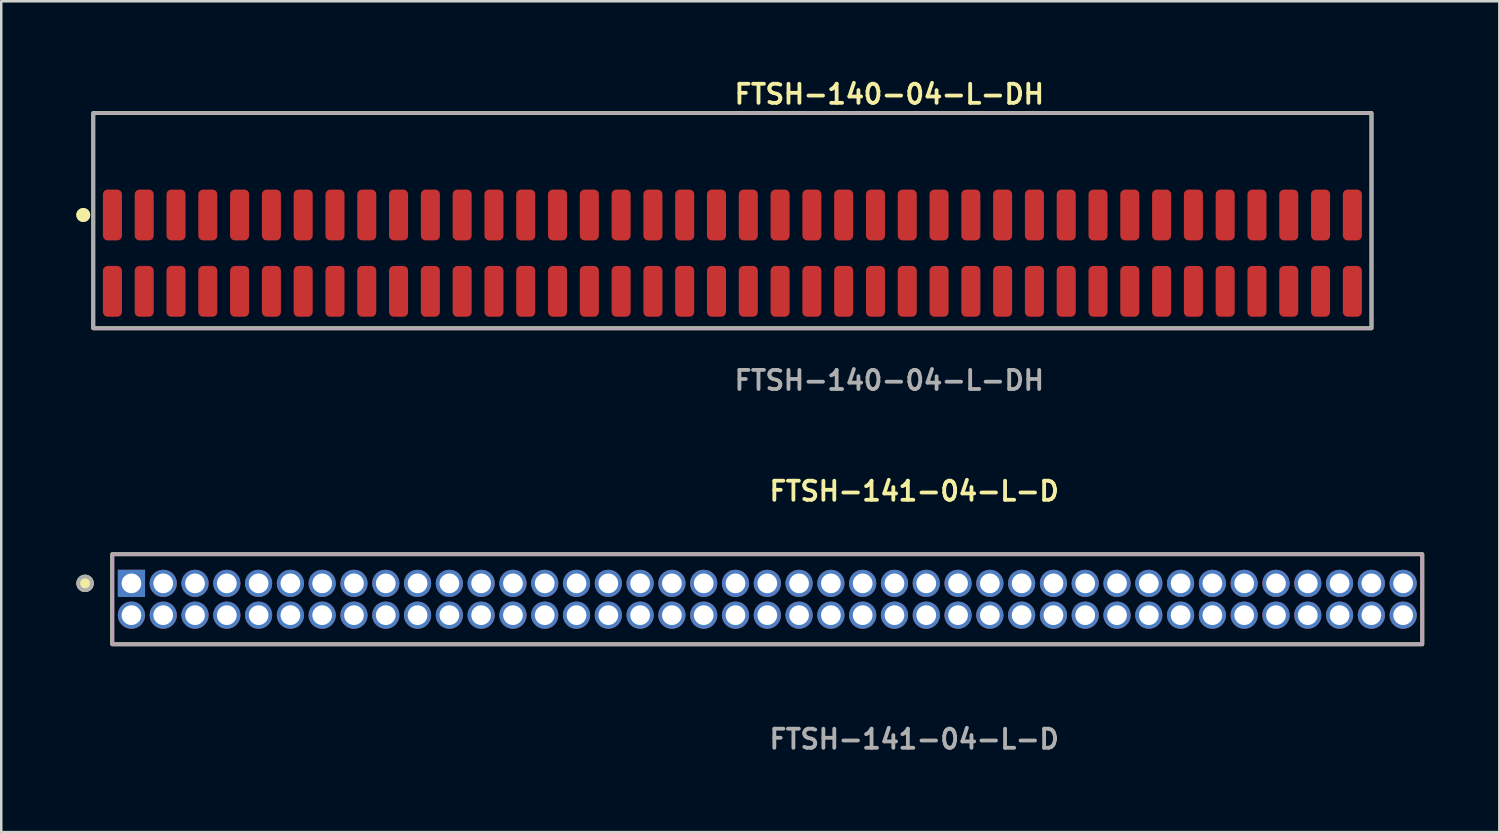
<source format=kicad_pcb>
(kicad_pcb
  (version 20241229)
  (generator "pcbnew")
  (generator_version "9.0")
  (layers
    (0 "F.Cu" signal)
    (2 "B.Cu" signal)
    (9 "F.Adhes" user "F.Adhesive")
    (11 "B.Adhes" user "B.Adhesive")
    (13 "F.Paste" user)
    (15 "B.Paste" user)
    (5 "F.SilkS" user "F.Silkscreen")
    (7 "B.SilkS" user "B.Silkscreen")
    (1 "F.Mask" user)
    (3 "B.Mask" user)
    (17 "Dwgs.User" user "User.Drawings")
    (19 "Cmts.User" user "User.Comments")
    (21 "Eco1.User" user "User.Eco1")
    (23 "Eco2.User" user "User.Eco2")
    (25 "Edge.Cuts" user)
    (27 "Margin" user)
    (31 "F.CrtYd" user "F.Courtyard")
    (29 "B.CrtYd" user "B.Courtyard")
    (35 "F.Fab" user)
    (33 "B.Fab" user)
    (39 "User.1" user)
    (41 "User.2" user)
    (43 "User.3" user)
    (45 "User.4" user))
  (footprint "FTSH-140-04-L-DH"
    (layer "F.Cu")
    (at 26.206 7.063)
    (property "Reference" "FTSH-140-04-L-DH" (at 0 -6.35 0) (unlocked yes) (layer "F.SilkS") (effects (font (size 0.762 0.762) (thickness 0.152)) (justify left)))
    (fp_rect (start -25.53 3) (end 25.53 -5.6) (stroke (width 0.152) (type solid)) (fill no) (layer "F.SilkS"))
    (fp_circle (center -25.93 -1.525) (end -26.13 -1.525) (stroke (width 0.152) (type solid)) (fill yes) (layer "F.SilkS"))
    (fp_circle (center -25.93 -1.525) (end -26.13 -1.525) (stroke (width 0.152) (type solid)) (fill yes) (layer "F.SilkS"))
    (fp_rect (start -25.53 3) (end 25.53 -5.6) (stroke (width 0.006) (type solid)) (fill no) (layer "F.CrtYd"))
    (fp_rect (start -25.53 3) (end 25.53 -5.6) (stroke (width 0.152) (type solid)) (fill no) (layer "F.Fab"))
    (fp_text user "${REFERENCE}" (at 0 5.08 0) (unlocked yes) (layer "F.Fab") (effects (font (size 0.762 0.762) (thickness 0.152)) (justify left)))
    (pad "1" smd roundrect (at -24.765 -1.525) (size 0.76 2.03) (layers "F.Cu" "F.Paste") (roundrect_rratio 0.25))
    (pad "2" smd roundrect (at -24.765 1.525) (size 0.76 2.03) (layers "F.Cu" "F.Paste") (roundrect_rratio 0.25))
    (pad "3" smd roundrect (at -23.495 -1.525) (size 0.76 2.03) (layers "F.Cu" "F.Paste") (roundrect_rratio 0.25))
    (pad "4" smd roundrect (at -23.495 1.525) (size 0.76 2.03) (layers "F.Cu" "F.Paste") (roundrect_rratio 0.25))
    (pad "5" smd roundrect (at -22.225 -1.525) (size 0.76 2.03) (layers "F.Cu" "F.Paste") (roundrect_rratio 0.25))
    (pad "6" smd roundrect (at -22.225 1.525) (size 0.76 2.03) (layers "F.Cu" "F.Paste") (roundrect_rratio 0.25))
    (pad "7" smd roundrect (at -20.955 -1.525) (size 0.76 2.03) (layers "F.Cu" "F.Paste") (roundrect_rratio 0.25))
    (pad "8" smd roundrect (at -20.955 1.525) (size 0.76 2.03) (layers "F.Cu" "F.Paste") (roundrect_rratio 0.25))
    (pad "9" smd roundrect (at -19.685 -1.525) (size 0.76 2.03) (layers "F.Cu" "F.Paste") (roundrect_rratio 0.25))
    (pad "10" smd roundrect (at -19.685 1.525) (size 0.76 2.03) (layers "F.Cu" "F.Paste") (roundrect_rratio 0.25))
    (pad "11" smd roundrect (at -18.415 -1.525) (size 0.76 2.03) (layers "F.Cu" "F.Paste") (roundrect_rratio 0.25))
    (pad "12" smd roundrect (at -18.415 1.525) (size 0.76 2.03) (layers "F.Cu" "F.Paste") (roundrect_rratio 0.25))
    (pad "13" smd roundrect (at -17.145 -1.525) (size 0.76 2.03) (layers "F.Cu" "F.Paste") (roundrect_rratio 0.25))
    (pad "14" smd roundrect (at -17.145 1.525) (size 0.76 2.03) (layers "F.Cu" "F.Paste") (roundrect_rratio 0.25))
    (pad "15" smd roundrect (at -15.875 -1.525) (size 0.76 2.03) (layers "F.Cu" "F.Paste") (roundrect_rratio 0.25))
    (pad "16" smd roundrect (at -15.875 1.525) (size 0.76 2.03) (layers "F.Cu" "F.Paste") (roundrect_rratio 0.25))
    (pad "17" smd roundrect (at -14.605 -1.525) (size 0.76 2.03) (layers "F.Cu" "F.Paste") (roundrect_rratio 0.25))
    (pad "18" smd roundrect (at -14.605 1.525) (size 0.76 2.03) (layers "F.Cu" "F.Paste") (roundrect_rratio 0.25))
    (pad "19" smd roundrect (at -13.335 -1.525) (size 0.76 2.03) (layers "F.Cu" "F.Paste") (roundrect_rratio 0.25))
    (pad "20" smd roundrect (at -13.335 1.525) (size 0.76 2.03) (layers "F.Cu" "F.Paste") (roundrect_rratio 0.25))
    (pad "21" smd roundrect (at -12.065 -1.525) (size 0.76 2.03) (layers "F.Cu" "F.Paste") (roundrect_rratio 0.25))
    (pad "22" smd roundrect (at -12.065 1.525) (size 0.76 2.03) (layers "F.Cu" "F.Paste") (roundrect_rratio 0.25))
    (pad "23" smd roundrect (at -10.795 -1.525) (size 0.76 2.03) (layers "F.Cu" "F.Paste") (roundrect_rratio 0.25))
    (pad "24" smd roundrect (at -10.795 1.525) (size 0.76 2.03) (layers "F.Cu" "F.Paste") (roundrect_rratio 0.25))
    (pad "25" smd roundrect (at -9.525 -1.525) (size 0.76 2.03) (layers "F.Cu" "F.Paste") (roundrect_rratio 0.25))
    (pad "26" smd roundrect (at -9.525 1.525) (size 0.76 2.03) (layers "F.Cu" "F.Paste") (roundrect_rratio 0.25))
    (pad "27" smd roundrect (at -8.255 -1.525) (size 0.76 2.03) (layers "F.Cu" "F.Paste") (roundrect_rratio 0.25))
    (pad "28" smd roundrect (at -8.255 1.525) (size 0.76 2.03) (layers "F.Cu" "F.Paste") (roundrect_rratio 0.25))
    (pad "29" smd roundrect (at -6.985 -1.525) (size 0.76 2.03) (layers "F.Cu" "F.Paste") (roundrect_rratio 0.25))
    (pad "30" smd roundrect (at -6.985 1.525) (size 0.76 2.03) (layers "F.Cu" "F.Paste") (roundrect_rratio 0.25))
    (pad "31" smd roundrect (at -5.715 -1.525) (size 0.76 2.03) (layers "F.Cu" "F.Paste") (roundrect_rratio 0.25))
    (pad "32" smd roundrect (at -5.715 1.525) (size 0.76 2.03) (layers "F.Cu" "F.Paste") (roundrect_rratio 0.25))
    (pad "33" smd roundrect (at -4.445 -1.525) (size 0.76 2.03) (layers "F.Cu" "F.Paste") (roundrect_rratio 0.25))
    (pad "34" smd roundrect (at -4.445 1.525) (size 0.76 2.03) (layers "F.Cu" "F.Paste") (roundrect_rratio 0.25))
    (pad "35" smd roundrect (at -3.175 -1.525) (size 0.76 2.03) (layers "F.Cu" "F.Paste") (roundrect_rratio 0.25))
    (pad "36" smd roundrect (at -3.175 1.525) (size 0.76 2.03) (layers "F.Cu" "F.Paste") (roundrect_rratio 0.25))
    (pad "37" smd roundrect (at -1.905 -1.525) (size 0.76 2.03) (layers "F.Cu" "F.Paste") (roundrect_rratio 0.25))
    (pad "38" smd roundrect (at -1.905 1.525) (size 0.76 2.03) (layers "F.Cu" "F.Paste") (roundrect_rratio 0.25))
    (pad "39" smd roundrect (at -0.635 -1.525) (size 0.76 2.03) (layers "F.Cu" "F.Paste") (roundrect_rratio 0.25))
    (pad "40" smd roundrect (at -0.635 1.525) (size 0.76 2.03) (layers "F.Cu" "F.Paste") (roundrect_rratio 0.25))
    (pad "41" smd roundrect (at 0.635 -1.525) (size 0.76 2.03) (layers "F.Cu" "F.Paste") (roundrect_rratio 0.25))
    (pad "42" smd roundrect (at 0.635 1.525) (size 0.76 2.03) (layers "F.Cu" "F.Paste") (roundrect_rratio 0.25))
    (pad "43" smd roundrect (at 1.905 -1.525) (size 0.76 2.03) (layers "F.Cu" "F.Paste") (roundrect_rratio 0.25))
    (pad "44" smd roundrect (at 1.905 1.525) (size 0.76 2.03) (layers "F.Cu" "F.Paste") (roundrect_rratio 0.25))
    (pad "45" smd roundrect (at 3.175 -1.525) (size 0.76 2.03) (layers "F.Cu" "F.Paste") (roundrect_rratio 0.25))
    (pad "46" smd roundrect (at 3.175 1.525) (size 0.76 2.03) (layers "F.Cu" "F.Paste") (roundrect_rratio 0.25))
    (pad "47" smd roundrect (at 4.445 -1.525) (size 0.76 2.03) (layers "F.Cu" "F.Paste") (roundrect_rratio 0.25))
    (pad "48" smd roundrect (at 4.445 1.525) (size 0.76 2.03) (layers "F.Cu" "F.Paste") (roundrect_rratio 0.25))
    (pad "49" smd roundrect (at 5.715 -1.525) (size 0.76 2.03) (layers "F.Cu" "F.Paste") (roundrect_rratio 0.25))
    (pad "50" smd roundrect (at 5.715 1.525) (size 0.76 2.03) (layers "F.Cu" "F.Paste") (roundrect_rratio 0.25))
    (pad "51" smd roundrect (at 6.985 -1.525) (size 0.76 2.03) (layers "F.Cu" "F.Paste") (roundrect_rratio 0.25))
    (pad "52" smd roundrect (at 6.985 1.525) (size 0.76 2.03) (layers "F.Cu" "F.Paste") (roundrect_rratio 0.25))
    (pad "53" smd roundrect (at 8.255 -1.525) (size 0.76 2.03) (layers "F.Cu" "F.Paste") (roundrect_rratio 0.25))
    (pad "54" smd roundrect (at 8.255 1.525) (size 0.76 2.03) (layers "F.Cu" "F.Paste") (roundrect_rratio 0.25))
    (pad "55" smd roundrect (at 9.525 -1.525) (size 0.76 2.03) (layers "F.Cu" "F.Paste") (roundrect_rratio 0.25))
    (pad "56" smd roundrect (at 9.525 1.525) (size 0.76 2.03) (layers "F.Cu" "F.Paste") (roundrect_rratio 0.25))
    (pad "57" smd roundrect (at 10.795 -1.525) (size 0.76 2.03) (layers "F.Cu" "F.Paste") (roundrect_rratio 0.25))
    (pad "58" smd roundrect (at 10.795 1.525) (size 0.76 2.03) (layers "F.Cu" "F.Paste") (roundrect_rratio 0.25))
    (pad "59" smd roundrect (at 12.065 -1.525) (size 0.76 2.03) (layers "F.Cu" "F.Paste") (roundrect_rratio 0.25))
    (pad "60" smd roundrect (at 12.065 1.525) (size 0.76 2.03) (layers "F.Cu" "F.Paste") (roundrect_rratio 0.25))
    (pad "61" smd roundrect (at 13.335 -1.525) (size 0.76 2.03) (layers "F.Cu" "F.Paste") (roundrect_rratio 0.25))
    (pad "62" smd roundrect (at 13.335 1.525) (size 0.76 2.03) (layers "F.Cu" "F.Paste") (roundrect_rratio 0.25))
    (pad "63" smd roundrect (at 14.605 -1.525) (size 0.76 2.03) (layers "F.Cu" "F.Paste") (roundrect_rratio 0.25))
    (pad "64" smd roundrect (at 14.605 1.525) (size 0.76 2.03) (layers "F.Cu" "F.Paste") (roundrect_rratio 0.25))
    (pad "65" smd roundrect (at 15.875 -1.525) (size 0.76 2.03) (layers "F.Cu" "F.Paste") (roundrect_rratio 0.25))
    (pad "66" smd roundrect (at 15.875 1.525) (size 0.76 2.03) (layers "F.Cu" "F.Paste") (roundrect_rratio 0.25))
    (pad "67" smd roundrect (at 17.145 -1.525) (size 0.76 2.03) (layers "F.Cu" "F.Paste") (roundrect_rratio 0.25))
    (pad "68" smd roundrect (at 17.145 1.525) (size 0.76 2.03) (layers "F.Cu" "F.Paste") (roundrect_rratio 0.25))
    (pad "69" smd roundrect (at 18.415 -1.525) (size 0.76 2.03) (layers "F.Cu" "F.Paste") (roundrect_rratio 0.25))
    (pad "70" smd roundrect (at 18.415 1.525) (size 0.76 2.03) (layers "F.Cu" "F.Paste") (roundrect_rratio 0.25))
    (pad "71" smd roundrect (at 19.685 -1.525) (size 0.76 2.03) (layers "F.Cu" "F.Paste") (roundrect_rratio 0.25))
    (pad "72" smd roundrect (at 19.685 1.525) (size 0.76 2.03) (layers "F.Cu" "F.Paste") (roundrect_rratio 0.25))
    (pad "73" smd roundrect (at 20.955 -1.525) (size 0.76 2.03) (layers "F.Cu" "F.Paste") (roundrect_rratio 0.25))
    (pad "74" smd roundrect (at 20.955 1.525) (size 0.76 2.03) (layers "F.Cu" "F.Paste") (roundrect_rratio 0.25))
    (pad "75" smd roundrect (at 22.225 -1.525) (size 0.76 2.03) (layers "F.Cu" "F.Paste") (roundrect_rratio 0.25))
    (pad "76" smd roundrect (at 22.225 1.525) (size 0.76 2.03) (layers "F.Cu" "F.Paste") (roundrect_rratio 0.25))
    (pad "77" smd roundrect (at 23.495 -1.525) (size 0.76 2.03) (layers "F.Cu" "F.Paste") (roundrect_rratio 0.25))
    (pad "78" smd roundrect (at 23.495 1.525) (size 0.76 2.03) (layers "F.Cu" "F.Paste") (roundrect_rratio 0.25))
    (pad "79" smd roundrect (at 24.765 -1.525) (size 0.76 2.03) (layers "F.Cu" "F.Paste") (roundrect_rratio 0.25))
    (pad "80" smd roundrect (at 24.765 1.525) (size 0.76 2.03) (layers "F.Cu" "F.Paste") (roundrect_rratio 0.25)))
  (footprint "FTSH-141-04-L-D"
    (layer "F.Cu")
    (at 27.6 20.888)
    (property "Reference" "FTSH-141-04-L-D" (at 0 -4.318 0) (unlocked yes) (layer "F.SilkS") (effects (font (size 0.762 0.762) (thickness 0.152)) (justify left)))
    (fp_rect (start -26.165 1.8) (end 26.165 -1.8) (stroke (width 0.152) (type solid)) (fill no) (layer "F.SilkS"))
    (fp_circle (center -27.252 -0.635) (end -27.524 -0.635) (stroke (width 0.152) (type solid)) (fill yes) (layer "F.SilkS"))
    (fp_rect (start -26.165 1.8) (end 26.165 -1.8) (stroke (width 0.006) (type solid)) (fill no) (layer "F.CrtYd"))
    (fp_rect (start -26.165 1.8) (end 26.165 -1.8) (stroke (width 0.152) (type solid)) (fill no) (layer "F.Fab"))
    (fp_circle (center -27.252 -0.635) (end -27.524 -0.635) (stroke (width 0.152) (type solid)) (fill no) (layer "F.Fab"))
    (fp_text user "${REFERENCE}" (at 0 5.588 0) (unlocked yes) (layer "F.Fab") (effects (font (size 0.762 0.762) (thickness 0.152)) (justify left)))
    (pad "1" thru_hole rect (at -25.4 -0.635) (size 1.087 1.087) (drill 0.787) (layers "*.Cu" "*.Mask"))
    (pad "2" thru_hole circle (at -25.4 0.635) (size 1.087 1.087) (drill 0.787) (layers "*.Cu" "*.Mask"))
    (pad "3" thru_hole circle (at -24.13 -0.635) (size 1.087 1.087) (drill 0.787) (layers "*.Cu" "*.Mask"))
    (pad "4" thru_hole circle (at -24.13 0.635) (size 1.087 1.087) (drill 0.787) (layers "*.Cu" "*.Mask"))
    (pad "5" thru_hole circle (at -22.86 -0.635) (size 1.087 1.087) (drill 0.787) (layers "*.Cu" "*.Mask"))
    (pad "6" thru_hole circle (at -22.86 0.635) (size 1.087 1.087) (drill 0.787) (layers "*.Cu" "*.Mask"))
    (pad "7" thru_hole circle (at -21.59 -0.635) (size 1.087 1.087) (drill 0.787) (layers "*.Cu" "*.Mask"))
    (pad "8" thru_hole circle (at -21.59 0.635) (size 1.087 1.087) (drill 0.787) (layers "*.Cu" "*.Mask"))
    (pad "9" thru_hole circle (at -20.32 -0.635) (size 1.087 1.087) (drill 0.787) (layers "*.Cu" "*.Mask"))
    (pad "10" thru_hole circle (at -20.32 0.635) (size 1.087 1.087) (drill 0.787) (layers "*.Cu" "*.Mask"))
    (pad "11" thru_hole circle (at -19.05 -0.635) (size 1.087 1.087) (drill 0.787) (layers "*.Cu" "*.Mask"))
    (pad "12" thru_hole circle (at -19.05 0.635) (size 1.087 1.087) (drill 0.787) (layers "*.Cu" "*.Mask"))
    (pad "13" thru_hole circle (at -17.78 -0.635) (size 1.087 1.087) (drill 0.787) (layers "*.Cu" "*.Mask"))
    (pad "14" thru_hole circle (at -17.78 0.635) (size 1.087 1.087) (drill 0.787) (layers "*.Cu" "*.Mask"))
    (pad "15" thru_hole circle (at -16.51 -0.635) (size 1.087 1.087) (drill 0.787) (layers "*.Cu" "*.Mask"))
    (pad "16" thru_hole circle (at -16.51 0.635) (size 1.087 1.087) (drill 0.787) (layers "*.Cu" "*.Mask"))
    (pad "17" thru_hole circle (at -15.24 -0.635) (size 1.087 1.087) (drill 0.787) (layers "*.Cu" "*.Mask"))
    (pad "18" thru_hole circle (at -15.24 0.635) (size 1.087 1.087) (drill 0.787) (layers "*.Cu" "*.Mask"))
    (pad "19" thru_hole circle (at -13.97 -0.635) (size 1.087 1.087) (drill 0.787) (layers "*.Cu" "*.Mask"))
    (pad "20" thru_hole circle (at -13.97 0.635) (size 1.087 1.087) (drill 0.787) (layers "*.Cu" "*.Mask"))
    (pad "21" thru_hole circle (at -12.7 -0.635) (size 1.087 1.087) (drill 0.787) (layers "*.Cu" "*.Mask"))
    (pad "22" thru_hole circle (at -12.7 0.635) (size 1.087 1.087) (drill 0.787) (layers "*.Cu" "*.Mask"))
    (pad "23" thru_hole circle (at -11.43 -0.635) (size 1.087 1.087) (drill 0.787) (layers "*.Cu" "*.Mask"))
    (pad "24" thru_hole circle (at -11.43 0.635) (size 1.087 1.087) (drill 0.787) (layers "*.Cu" "*.Mask"))
    (pad "25" thru_hole circle (at -10.16 -0.635) (size 1.087 1.087) (drill 0.787) (layers "*.Cu" "*.Mask"))
    (pad "26" thru_hole circle (at -10.16 0.635) (size 1.087 1.087) (drill 0.787) (layers "*.Cu" "*.Mask"))
    (pad "27" thru_hole circle (at -8.89 -0.635) (size 1.087 1.087) (drill 0.787) (layers "*.Cu" "*.Mask"))
    (pad "28" thru_hole circle (at -8.89 0.635) (size 1.087 1.087) (drill 0.787) (layers "*.Cu" "*.Mask"))
    (pad "29" thru_hole circle (at -7.62 -0.635) (size 1.087 1.087) (drill 0.787) (layers "*.Cu" "*.Mask"))
    (pad "30" thru_hole circle (at -7.62 0.635) (size 1.087 1.087) (drill 0.787) (layers "*.Cu" "*.Mask"))
    (pad "31" thru_hole circle (at -6.35 -0.635) (size 1.087 1.087) (drill 0.787) (layers "*.Cu" "*.Mask"))
    (pad "32" thru_hole circle (at -6.35 0.635) (size 1.087 1.087) (drill 0.787) (layers "*.Cu" "*.Mask"))
    (pad "33" thru_hole circle (at -5.08 -0.635) (size 1.087 1.087) (drill 0.787) (layers "*.Cu" "*.Mask"))
    (pad "34" thru_hole circle (at -5.08 0.635) (size 1.087 1.087) (drill 0.787) (layers "*.Cu" "*.Mask"))
    (pad "35" thru_hole circle (at -3.81 -0.635) (size 1.087 1.087) (drill 0.787) (layers "*.Cu" "*.Mask"))
    (pad "36" thru_hole circle (at -3.81 0.635) (size 1.087 1.087) (drill 0.787) (layers "*.Cu" "*.Mask"))
    (pad "37" thru_hole circle (at -2.54 -0.635) (size 1.087 1.087) (drill 0.787) (layers "*.Cu" "*.Mask"))
    (pad "38" thru_hole circle (at -2.54 0.635) (size 1.087 1.087) (drill 0.787) (layers "*.Cu" "*.Mask"))
    (pad "39" thru_hole circle (at -1.27 -0.635) (size 1.087 1.087) (drill 0.787) (layers "*.Cu" "*.Mask"))
    (pad "40" thru_hole circle (at -1.27 0.635) (size 1.087 1.087) (drill 0.787) (layers "*.Cu" "*.Mask"))
    (pad "41" thru_hole circle (at 0 -0.635) (size 1.087 1.087) (drill 0.787) (layers "*.Cu" "*.Mask"))
    (pad "42" thru_hole circle (at 0 0.635) (size 1.087 1.087) (drill 0.787) (layers "*.Cu" "*.Mask"))
    (pad "43" thru_hole circle (at 1.27 -0.635) (size 1.087 1.087) (drill 0.787) (layers "*.Cu" "*.Mask"))
    (pad "44" thru_hole circle (at 1.27 0.635) (size 1.087 1.087) (drill 0.787) (layers "*.Cu" "*.Mask"))
    (pad "45" thru_hole circle (at 2.54 -0.635) (size 1.087 1.087) (drill 0.787) (layers "*.Cu" "*.Mask"))
    (pad "46" thru_hole circle (at 2.54 0.635) (size 1.087 1.087) (drill 0.787) (layers "*.Cu" "*.Mask"))
    (pad "47" thru_hole circle (at 3.81 -0.635) (size 1.087 1.087) (drill 0.787) (layers "*.Cu" "*.Mask"))
    (pad "48" thru_hole circle (at 3.81 0.635) (size 1.087 1.087) (drill 0.787) (layers "*.Cu" "*.Mask"))
    (pad "49" thru_hole circle (at 5.08 -0.635) (size 1.087 1.087) (drill 0.787) (layers "*.Cu" "*.Mask"))
    (pad "50" thru_hole circle (at 5.08 0.635) (size 1.087 1.087) (drill 0.787) (layers "*.Cu" "*.Mask"))
    (pad "51" thru_hole circle (at 6.35 -0.635) (size 1.087 1.087) (drill 0.787) (layers "*.Cu" "*.Mask"))
    (pad "52" thru_hole circle (at 6.35 0.635) (size 1.087 1.087) (drill 0.787) (layers "*.Cu" "*.Mask"))
    (pad "53" thru_hole circle (at 7.62 -0.635) (size 1.087 1.087) (drill 0.787) (layers "*.Cu" "*.Mask"))
    (pad "54" thru_hole circle (at 7.62 0.635) (size 1.087 1.087) (drill 0.787) (layers "*.Cu" "*.Mask"))
    (pad "55" thru_hole circle (at 8.89 -0.635) (size 1.087 1.087) (drill 0.787) (layers "*.Cu" "*.Mask"))
    (pad "56" thru_hole circle (at 8.89 0.635) (size 1.087 1.087) (drill 0.787) (layers "*.Cu" "*.Mask"))
    (pad "57" thru_hole circle (at 10.16 -0.635) (size 1.087 1.087) (drill 0.787) (layers "*.Cu" "*.Mask"))
    (pad "58" thru_hole circle (at 10.16 0.635) (size 1.087 1.087) (drill 0.787) (layers "*.Cu" "*.Mask"))
    (pad "59" thru_hole circle (at 11.43 -0.635) (size 1.087 1.087) (drill 0.787) (layers "*.Cu" "*.Mask"))
    (pad "60" thru_hole circle (at 11.43 0.635) (size 1.087 1.087) (drill 0.787) (layers "*.Cu" "*.Mask"))
    (pad "61" thru_hole circle (at 12.7 -0.635) (size 1.087 1.087) (drill 0.787) (layers "*.Cu" "*.Mask"))
    (pad "62" thru_hole circle (at 12.7 0.635) (size 1.087 1.087) (drill 0.787) (layers "*.Cu" "*.Mask"))
    (pad "63" thru_hole circle (at 13.97 -0.635) (size 1.087 1.087) (drill 0.787) (layers "*.Cu" "*.Mask"))
    (pad "64" thru_hole circle (at 13.97 0.635) (size 1.087 1.087) (drill 0.787) (layers "*.Cu" "*.Mask"))
    (pad "65" thru_hole circle (at 15.24 -0.635) (size 1.087 1.087) (drill 0.787) (layers "*.Cu" "*.Mask"))
    (pad "66" thru_hole circle (at 15.24 0.635) (size 1.087 1.087) (drill 0.787) (layers "*.Cu" "*.Mask"))
    (pad "67" thru_hole circle (at 16.51 -0.635) (size 1.087 1.087) (drill 0.787) (layers "*.Cu" "*.Mask"))
    (pad "68" thru_hole circle (at 16.51 0.635) (size 1.087 1.087) (drill 0.787) (layers "*.Cu" "*.Mask"))
    (pad "69" thru_hole circle (at 17.78 -0.635) (size 1.087 1.087) (drill 0.787) (layers "*.Cu" "*.Mask"))
    (pad "70" thru_hole circle (at 17.78 0.635) (size 1.087 1.087) (drill 0.787) (layers "*.Cu" "*.Mask"))
    (pad "71" thru_hole circle (at 19.05 -0.635) (size 1.087 1.087) (drill 0.787) (layers "*.Cu" "*.Mask"))
    (pad "72" thru_hole circle (at 19.05 0.635) (size 1.087 1.087) (drill 0.787) (layers "*.Cu" "*.Mask"))
    (pad "73" thru_hole circle (at 20.32 -0.635) (size 1.087 1.087) (drill 0.787) (layers "*.Cu" "*.Mask"))
    (pad "74" thru_hole circle (at 20.32 0.635) (size 1.087 1.087) (drill 0.787) (layers "*.Cu" "*.Mask"))
    (pad "75" thru_hole circle (at 21.59 -0.635) (size 1.087 1.087) (drill 0.787) (layers "*.Cu" "*.Mask"))
    (pad "76" thru_hole circle (at 21.59 0.635) (size 1.087 1.087) (drill 0.787) (layers "*.Cu" "*.Mask"))
    (pad "77" thru_hole circle (at 22.86 -0.635) (size 1.087 1.087) (drill 0.787) (layers "*.Cu" "*.Mask"))
    (pad "78" thru_hole circle (at 22.86 0.635) (size 1.087 1.087) (drill 0.787) (layers "*.Cu" "*.Mask"))
    (pad "79" thru_hole circle (at 24.13 -0.635) (size 1.087 1.087) (drill 0.787) (layers "*.Cu" "*.Mask"))
    (pad "80" thru_hole circle (at 24.13 0.635) (size 1.087 1.087) (drill 0.787) (layers "*.Cu" "*.Mask"))
    (pad "81" thru_hole circle (at 25.4 -0.635) (size 1.087 1.087) (drill 0.787) (layers "*.Cu" "*.Mask"))
    (pad "82" thru_hole circle (at 25.4 0.635) (size 1.087 1.087) (drill 0.787) (layers "*.Cu" "*.Mask")))
  (gr_rect
    (start -3 -3)
    (end 56.842 30.189)
    (stroke (width 0.1) (type default))
    (fill no)
    (layer "Edge.Cuts")))
</source>
